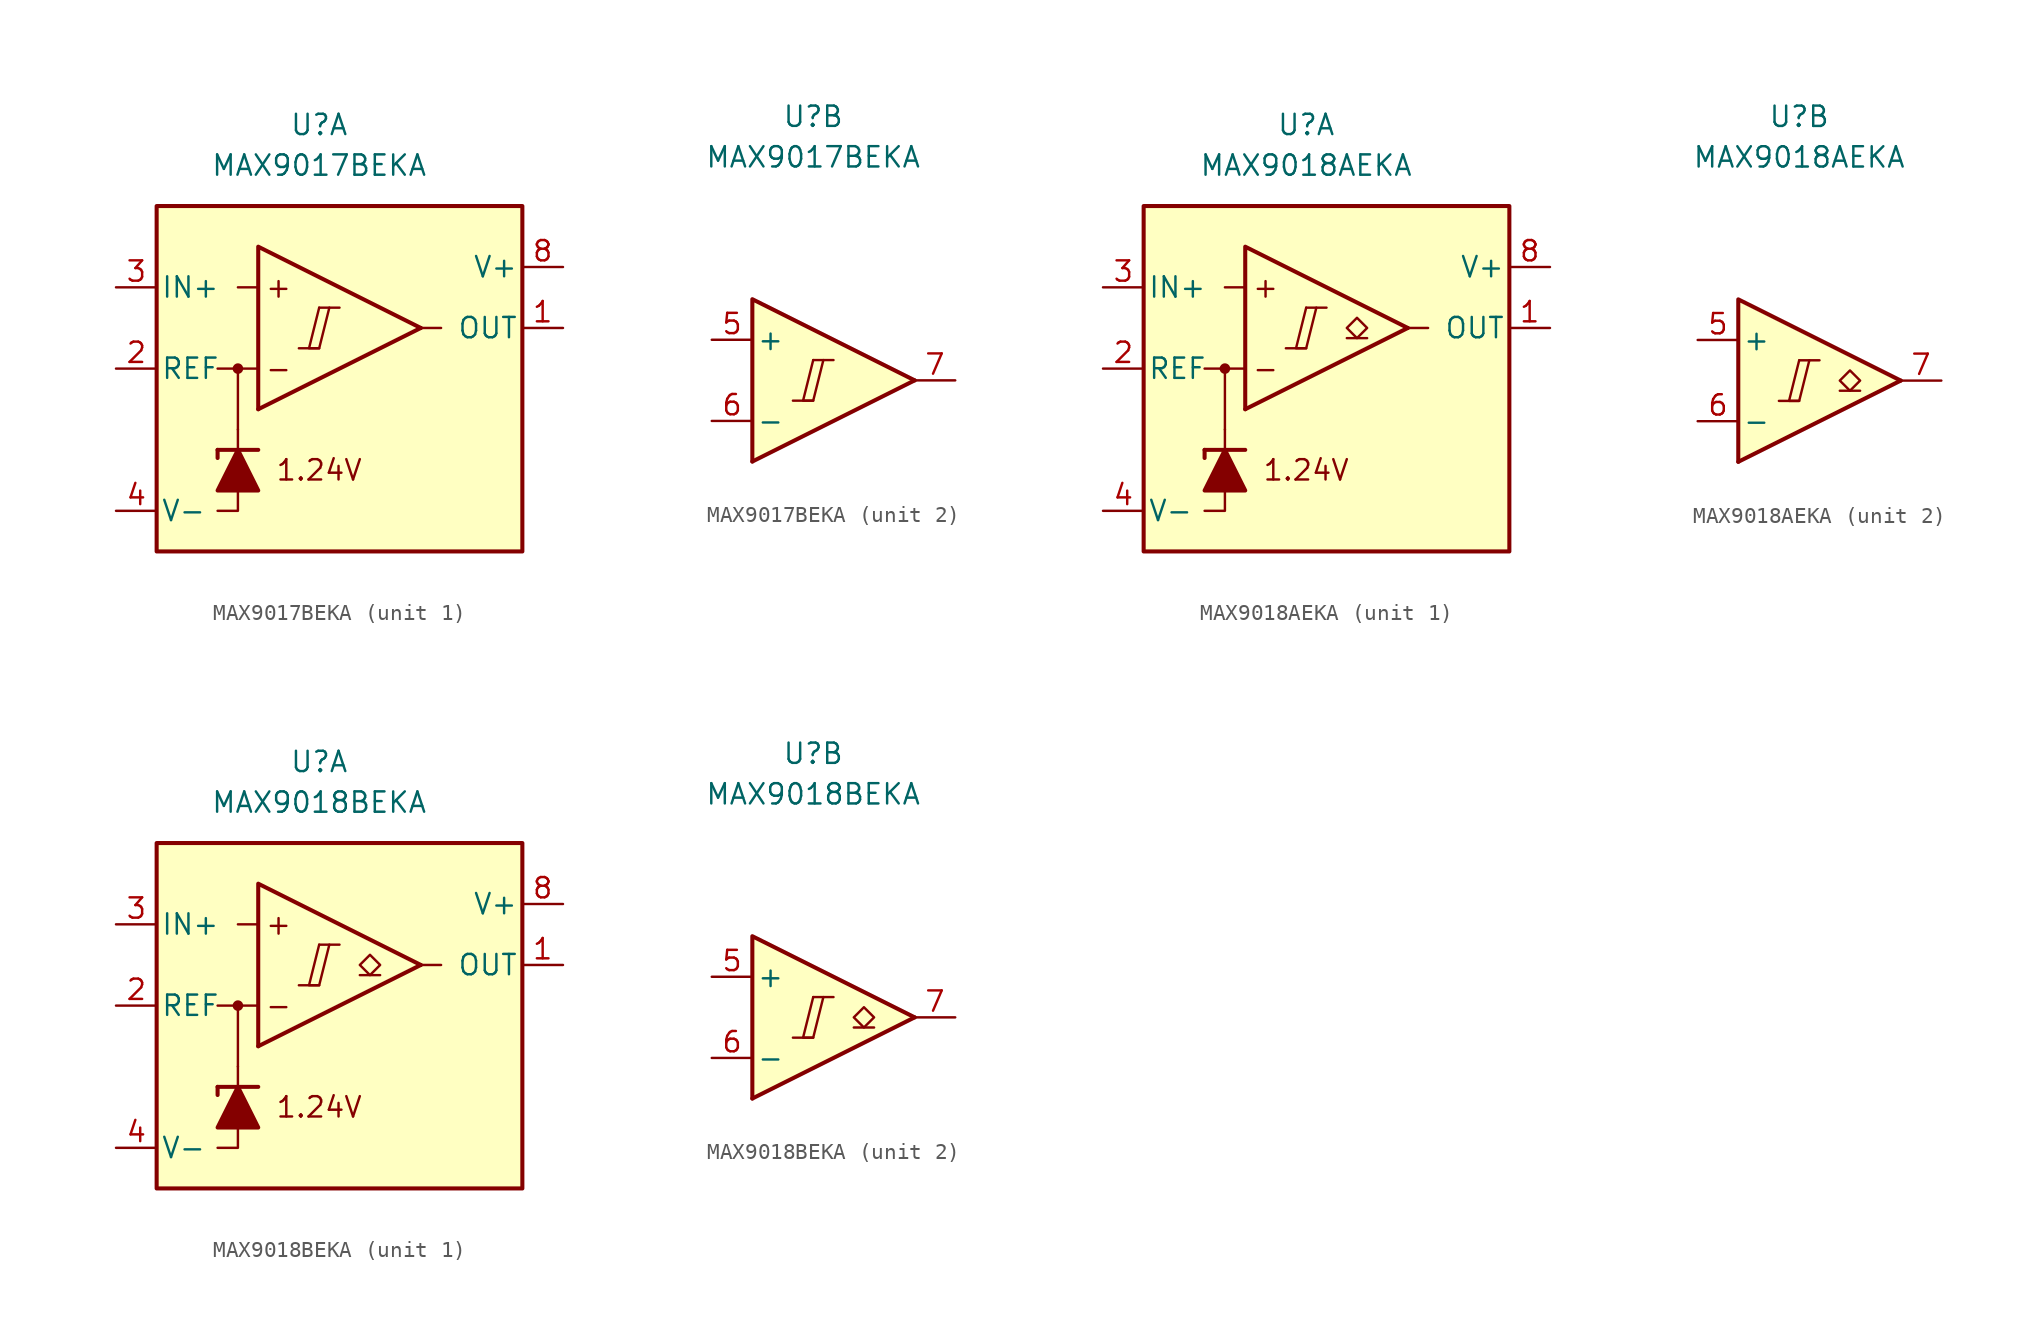
<source format=kicad_sym>
(kicad_symbol_lib
  (version 20231120)
  (generator "kicad_symbol_editor")
  (generator_version "8.0")
  (symbol "MAX9017BEKA"
    (pin_names
      (offset 0.254))
    (property "Reference" "U"
      (at 0 16.51 0)
      (effects (font (size 1.27 1.27))))
    (property "Value" "MAX9017BEKA"
      (at 0 13.97 0)
      (effects (font (size 1.27 1.27))))
    (property "ki_locked" ""
      (at 0 0 0)
      (effects (font (size 1.27 1.27))))
    (symbol "MAX9017BEKA_1_0"
      (rectangle (start -10.16 11.43) (end 12.7 -10.16) (stroke (width 0.254) (type default)) (fill (type background)))
      (circle (center -5.08 1.27) (radius 0.254) (stroke (width 0.152) (type default)) (fill (type outline)))
      (polyline (pts (xy -5.08 1.27) (xy -6.35 1.27)) (stroke (width 0.152) (type default)) (fill (type none)))
      (polyline (pts (xy -1.27 2.54) (xy 0 2.54)) (stroke (width 0.152) (type default)) (fill (type none)))
      (polyline (pts (xy 0 5.08) (xy 1.27 5.08)) (stroke (width 0.152) (type default)) (fill (type none)))
      (polyline (pts (xy 6.35 3.81) (xy -3.81 -1.27)) (stroke (width 0.254) (type default)) (fill (type none)))
      (polyline (pts (xy -3.81 1.27) (xy -5.08 1.27) (xy -5.08 -2.54)) (stroke (width 0.152) (type default)) (fill (type none)))
      (polyline (pts (xy 6.35 3.81) (xy -3.81 8.89) (xy -3.81 -1.27)) (stroke (width 0.254) (type default)) (fill (type background)))
      (polyline (pts (xy 0 5.08) (xy -0.635 2.54) (xy 0 2.54) (xy 0.635 5.08)) (stroke (width 0.152) (type default)) (fill (type none))))
    (symbol "MAX9017BEKA_1_1"
      (polyline (pts (xy -6.35 -3.81) (xy -6.35 -4.318)) (stroke (width 0.254) (type default)) (fill (type none)))
      (polyline (pts (xy -6.35 -3.81) (xy -3.81 -3.81)) (stroke (width 0.254) (type default)) (fill (type none)))
      (polyline (pts (xy -3.81 6.35) (xy -5.08 6.35)) (stroke (width 0) (type default)) (fill (type none)))
      (polyline (pts (xy 6.35 3.81) (xy 7.62 3.81)) (stroke (width 0) (type default)) (fill (type none)))
      (polyline (pts (xy -5.08 -6.35) (xy -5.08 -7.62) (xy -6.35 -7.62)) (stroke (width 0) (type default)) (fill (type none)))
      (polyline (pts (xy -5.08 -3.81) (xy -5.08 -2.54) (xy -5.08 -2.54)) (stroke (width 0) (type default)) (fill (type none)))
      (polyline (pts (xy -3.81 -6.35) (xy -6.35 -6.35) (xy -5.08 -3.81) (xy -3.81 -6.35)) (stroke (width 0.254) (type default)) (fill (type outline)))
      (text "+" (at -2.54 6.35 0) (effects (font (size 1.27 1.27))))
      (text "-" (at -2.54 1.27 0) (effects (font (size 1.27 1.27))))
      (text "1.24V" (at 0 -5.08 0) (effects (font (size 1.27 1.27))))
      (pin output line (at 15.24 3.81 180) (length 2.54) (name "OUT" (effects (font (size 1.27 1.27)))) (number "1" (effects (font (size 1.27 1.27)))))
      (pin output line (at -12.7 1.27 0) (length 2.54) (name "REF" (effects (font (size 1.27 1.27)))) (number "2" (effects (font (size 1.27 1.27)))))
      (pin input line (at -12.7 6.35 0) (length 2.54) (name "IN+" (effects (font (size 1.27 1.27)))) (number "3" (effects (font (size 1.27 1.27)))))
      (pin power_in line (at -12.7 -7.62 0) (length 2.54) (name "V-" (effects (font (size 1.27 1.27)))) (number "4" (effects (font (size 1.27 1.27)))))
      (pin power_in line (at 15.24 7.62 180) (length 2.54) (name "V+" (effects (font (size 1.27 1.27)))) (number "8" (effects (font (size 1.27 1.27))))))
    (symbol "MAX9017BEKA_2_0"
      (polyline (pts (xy -1.27 -1.27) (xy 0 -1.27)) (stroke (width 0.152) (type default)) (fill (type none)))
      (polyline (pts (xy 0 1.27) (xy 1.27 1.27)) (stroke (width 0.152) (type default)) (fill (type none)))
      (polyline (pts (xy 6.35 0) (xy -3.81 -5.08)) (stroke (width 0.254) (type default)) (fill (type none)))
      (polyline (pts (xy 6.35 0) (xy -3.81 5.08) (xy -3.81 -5.08)) (stroke (width 0.254) (type default)) (fill (type background)))
      (polyline (pts (xy 0 1.27) (xy -0.635 -1.27) (xy 0 -1.27) (xy 0.635 1.27)) (stroke (width 0.152) (type default)) (fill (type none))))
    (symbol "MAX9017BEKA_2_1"
      (pin input line (at -6.35 2.54 0) (length 2.54) (name "+" (effects (font (size 1.27 1.27)))) (number "5" (effects (font (size 1.27 1.27)))))
      (pin input line (at -6.35 -2.54 0) (length 2.54) (name "-" (effects (font (size 1.27 1.27)))) (number "6" (effects (font (size 1.27 1.27)))))
      (pin output line (at 8.89 0 180) (length 2.54) (name "~" (effects (font (size 1.27 1.27)))) (number "7" (effects (font (size 1.27 1.27)))))))
  (symbol "MAX9018AEKA"
    (pin_names
      (offset 0.254))
    (property "Reference" "U"
      (at 0 16.51 0)
      (effects (font (size 1.27 1.27))))
    (property "Value" "MAX9018AEKA"
      (at 0 13.97 0)
      (effects (font (size 1.27 1.27))))
    (property "ki_locked" ""
      (at 0 0 0)
      (effects (font (size 1.27 1.27))))
    (symbol "MAX9018AEKA_1_0"
      (rectangle (start -10.16 11.43) (end 12.7 -10.16) (stroke (width 0.254) (type default)) (fill (type background)))
      (circle (center -5.08 1.27) (radius 0.254) (stroke (width 0.152) (type default)) (fill (type outline)))
      (polyline (pts (xy -5.08 1.27) (xy -6.35 1.27)) (stroke (width 0.152) (type default)) (fill (type none)))
      (polyline (pts (xy -1.27 2.54) (xy 0 2.54)) (stroke (width 0.152) (type default)) (fill (type none)))
      (polyline (pts (xy 0 5.08) (xy 1.27 5.08)) (stroke (width 0.152) (type default)) (fill (type none)))
      (polyline (pts (xy 6.35 3.81) (xy -3.81 -1.27)) (stroke (width 0.254) (type default)) (fill (type none)))
      (polyline (pts (xy -3.81 1.27) (xy -5.08 1.27) (xy -5.08 -2.54)) (stroke (width 0.152) (type default)) (fill (type none)))
      (polyline (pts (xy 6.35 3.81) (xy -3.81 8.89) (xy -3.81 -1.27)) (stroke (width 0.254) (type default)) (fill (type background)))
      (polyline (pts (xy 0 5.08) (xy -0.635 2.54) (xy 0 2.54) (xy 0.635 5.08)) (stroke (width 0.152) (type default)) (fill (type none))))
    (symbol "MAX9018AEKA_1_1"
      (polyline (pts (xy -6.35 -3.81) (xy -6.35 -4.318)) (stroke (width 0.254) (type default)) (fill (type none)))
      (polyline (pts (xy -6.35 -3.81) (xy -3.81 -3.81)) (stroke (width 0.254) (type default)) (fill (type none)))
      (polyline (pts (xy -3.81 6.35) (xy -5.08 6.35)) (stroke (width 0) (type default)) (fill (type none)))
      (polyline (pts (xy 3.81 3.175) (xy 2.54 3.175)) (stroke (width 0.152) (type default)) (fill (type none)))
      (polyline (pts (xy 6.35 3.81) (xy 7.62 3.81)) (stroke (width 0) (type default)) (fill (type none)))
      (polyline (pts (xy -5.08 -6.35) (xy -5.08 -7.62) (xy -6.35 -7.62)) (stroke (width 0) (type default)) (fill (type none)))
      (polyline (pts (xy -5.08 -3.81) (xy -5.08 -2.54) (xy -5.08 -2.54)) (stroke (width 0) (type default)) (fill (type none)))
      (polyline (pts (xy -3.81 -6.35) (xy -6.35 -6.35) (xy -5.08 -3.81) (xy -3.81 -6.35)) (stroke (width 0.254) (type default)) (fill (type outline)))
      (polyline (pts (xy 3.175 3.175) (xy 2.54 3.81) (xy 3.175 4.445) (xy 3.81 3.81) (xy 3.175 3.175)) (stroke (width 0.152) (type default)) (fill (type none)))
      (text "+" (at -2.54 6.35 0) (effects (font (size 1.27 1.27))))
      (text "-" (at -2.54 1.27 0) (effects (font (size 1.27 1.27))))
      (text "1.24V" (at 0 -5.08 0) (effects (font (size 1.27 1.27))))
      (pin output line (at 15.24 3.81 180) (length 2.54) (name "OUT" (effects (font (size 1.27 1.27)))) (number "1" (effects (font (size 1.27 1.27)))))
      (pin output line (at -12.7 1.27 0) (length 2.54) (name "REF" (effects (font (size 1.27 1.27)))) (number "2" (effects (font (size 1.27 1.27)))))
      (pin input line (at -12.7 6.35 0) (length 2.54) (name "IN+" (effects (font (size 1.27 1.27)))) (number "3" (effects (font (size 1.27 1.27)))))
      (pin power_in line (at -12.7 -7.62 0) (length 2.54) (name "V-" (effects (font (size 1.27 1.27)))) (number "4" (effects (font (size 1.27 1.27)))))
      (pin power_in line (at 15.24 7.62 180) (length 2.54) (name "V+" (effects (font (size 1.27 1.27)))) (number "8" (effects (font (size 1.27 1.27))))))
    (symbol "MAX9018AEKA_2_0"
      (polyline (pts (xy -1.27 -1.27) (xy 0 -1.27)) (stroke (width 0.152) (type default)) (fill (type none)))
      (polyline (pts (xy 0 1.27) (xy 1.27 1.27)) (stroke (width 0.152) (type default)) (fill (type none)))
      (polyline (pts (xy 6.35 0) (xy -3.81 -5.08)) (stroke (width 0.254) (type default)) (fill (type none)))
      (polyline (pts (xy 6.35 0) (xy -3.81 5.08) (xy -3.81 -5.08)) (stroke (width 0.254) (type default)) (fill (type background)))
      (polyline (pts (xy 0 1.27) (xy -0.635 -1.27) (xy 0 -1.27) (xy 0.635 1.27)) (stroke (width 0.152) (type default)) (fill (type none))))
    (symbol "MAX9018AEKA_2_1"
      (polyline (pts (xy 3.81 -0.635) (xy 2.54 -0.635)) (stroke (width 0.152) (type default)) (fill (type none)))
      (polyline (pts (xy 3.175 -0.635) (xy 2.54 0) (xy 3.175 0.635) (xy 3.81 0) (xy 3.175 -0.635)) (stroke (width 0.152) (type default)) (fill (type none)))
      (pin input line (at -6.35 2.54 0) (length 2.54) (name "+" (effects (font (size 1.27 1.27)))) (number "5" (effects (font (size 1.27 1.27)))))
      (pin input line (at -6.35 -2.54 0) (length 2.54) (name "-" (effects (font (size 1.27 1.27)))) (number "6" (effects (font (size 1.27 1.27)))))
      (pin output line (at 8.89 0 180) (length 2.54) (name "~" (effects (font (size 1.27 1.27)))) (number "7" (effects (font (size 1.27 1.27)))))))
  (symbol "MAX9018BEKA"
    (pin_names
      (offset 0.254))
    (property "Reference" "U"
      (at 0 16.51 0)
      (effects (font (size 1.27 1.27))))
    (property "Value" "MAX9018BEKA"
      (at 0 13.97 0)
      (effects (font (size 1.27 1.27))))
    (property "ki_locked" ""
      (at 0 0 0)
      (effects (font (size 1.27 1.27))))
    (symbol "MAX9018BEKA_1_0"
      (rectangle (start -10.16 11.43) (end 12.7 -10.16) (stroke (width 0.254) (type default)) (fill (type background)))
      (circle (center -5.08 1.27) (radius 0.254) (stroke (width 0.152) (type default)) (fill (type outline)))
      (polyline (pts (xy -5.08 1.27) (xy -6.35 1.27)) (stroke (width 0.152) (type default)) (fill (type none)))
      (polyline (pts (xy -1.27 2.54) (xy 0 2.54)) (stroke (width 0.152) (type default)) (fill (type none)))
      (polyline (pts (xy 0 5.08) (xy 1.27 5.08)) (stroke (width 0.152) (type default)) (fill (type none)))
      (polyline (pts (xy 6.35 3.81) (xy -3.81 -1.27)) (stroke (width 0.254) (type default)) (fill (type none)))
      (polyline (pts (xy -3.81 1.27) (xy -5.08 1.27) (xy -5.08 -2.54)) (stroke (width 0.152) (type default)) (fill (type none)))
      (polyline (pts (xy 6.35 3.81) (xy -3.81 8.89) (xy -3.81 -1.27)) (stroke (width 0.254) (type default)) (fill (type background)))
      (polyline (pts (xy 0 5.08) (xy -0.635 2.54) (xy 0 2.54) (xy 0.635 5.08)) (stroke (width 0.152) (type default)) (fill (type none))))
    (symbol "MAX9018BEKA_1_1"
      (polyline (pts (xy -6.35 -3.81) (xy -6.35 -4.318)) (stroke (width 0.254) (type default)) (fill (type none)))
      (polyline (pts (xy -6.35 -3.81) (xy -3.81 -3.81)) (stroke (width 0.254) (type default)) (fill (type none)))
      (polyline (pts (xy -3.81 6.35) (xy -5.08 6.35)) (stroke (width 0) (type default)) (fill (type none)))
      (polyline (pts (xy 3.81 3.175) (xy 2.54 3.175)) (stroke (width 0.152) (type default)) (fill (type none)))
      (polyline (pts (xy 6.35 3.81) (xy 7.62 3.81)) (stroke (width 0) (type default)) (fill (type none)))
      (polyline (pts (xy -5.08 -6.35) (xy -5.08 -7.62) (xy -6.35 -7.62)) (stroke (width 0) (type default)) (fill (type none)))
      (polyline (pts (xy -5.08 -3.81) (xy -5.08 -2.54) (xy -5.08 -2.54)) (stroke (width 0) (type default)) (fill (type none)))
      (polyline (pts (xy -3.81 -6.35) (xy -6.35 -6.35) (xy -5.08 -3.81) (xy -3.81 -6.35)) (stroke (width 0.254) (type default)) (fill (type outline)))
      (polyline (pts (xy 3.175 3.175) (xy 2.54 3.81) (xy 3.175 4.445) (xy 3.81 3.81) (xy 3.175 3.175)) (stroke (width 0.152) (type default)) (fill (type none)))
      (text "+" (at -2.54 6.35 0) (effects (font (size 1.27 1.27))))
      (text "-" (at -2.54 1.27 0) (effects (font (size 1.27 1.27))))
      (text "1.24V" (at 0 -5.08 0) (effects (font (size 1.27 1.27))))
      (pin output line (at 15.24 3.81 180) (length 2.54) (name "OUT" (effects (font (size 1.27 1.27)))) (number "1" (effects (font (size 1.27 1.27)))))
      (pin output line (at -12.7 1.27 0) (length 2.54) (name "REF" (effects (font (size 1.27 1.27)))) (number "2" (effects (font (size 1.27 1.27)))))
      (pin input line (at -12.7 6.35 0) (length 2.54) (name "IN+" (effects (font (size 1.27 1.27)))) (number "3" (effects (font (size 1.27 1.27)))))
      (pin power_in line (at -12.7 -7.62 0) (length 2.54) (name "V-" (effects (font (size 1.27 1.27)))) (number "4" (effects (font (size 1.27 1.27)))))
      (pin power_in line (at 15.24 7.62 180) (length 2.54) (name "V+" (effects (font (size 1.27 1.27)))) (number "8" (effects (font (size 1.27 1.27))))))
    (symbol "MAX9018BEKA_2_0"
      (polyline (pts (xy -1.27 -1.27) (xy 0 -1.27)) (stroke (width 0.152) (type default)) (fill (type none)))
      (polyline (pts (xy 0 1.27) (xy 1.27 1.27)) (stroke (width 0.152) (type default)) (fill (type none)))
      (polyline (pts (xy 6.35 0) (xy -3.81 -5.08)) (stroke (width 0.254) (type default)) (fill (type none)))
      (polyline (pts (xy 6.35 0) (xy -3.81 5.08) (xy -3.81 -5.08)) (stroke (width 0.254) (type default)) (fill (type background)))
      (polyline (pts (xy 0 1.27) (xy -0.635 -1.27) (xy 0 -1.27) (xy 0.635 1.27)) (stroke (width 0.152) (type default)) (fill (type none))))
    (symbol "MAX9018BEKA_2_1"
      (polyline (pts (xy 3.81 -0.635) (xy 2.54 -0.635)) (stroke (width 0.152) (type default)) (fill (type none)))
      (polyline (pts (xy 3.175 -0.635) (xy 2.54 0) (xy 3.175 0.635) (xy 3.81 0) (xy 3.175 -0.635)) (stroke (width 0.152) (type default)) (fill (type none)))
      (pin input line (at -6.35 2.54 0) (length 2.54) (name "+" (effects (font (size 1.27 1.27)))) (number "5" (effects (font (size 1.27 1.27)))))
      (pin input line (at -6.35 -2.54 0) (length 2.54) (name "-" (effects (font (size 1.27 1.27)))) (number "6" (effects (font (size 1.27 1.27)))))
      (pin output line (at 8.89 0 180) (length 2.54) (name "~" (effects (font (size 1.27 1.27)))) (number "7" (effects (font (size 1.27 1.27))))))))
</source>
